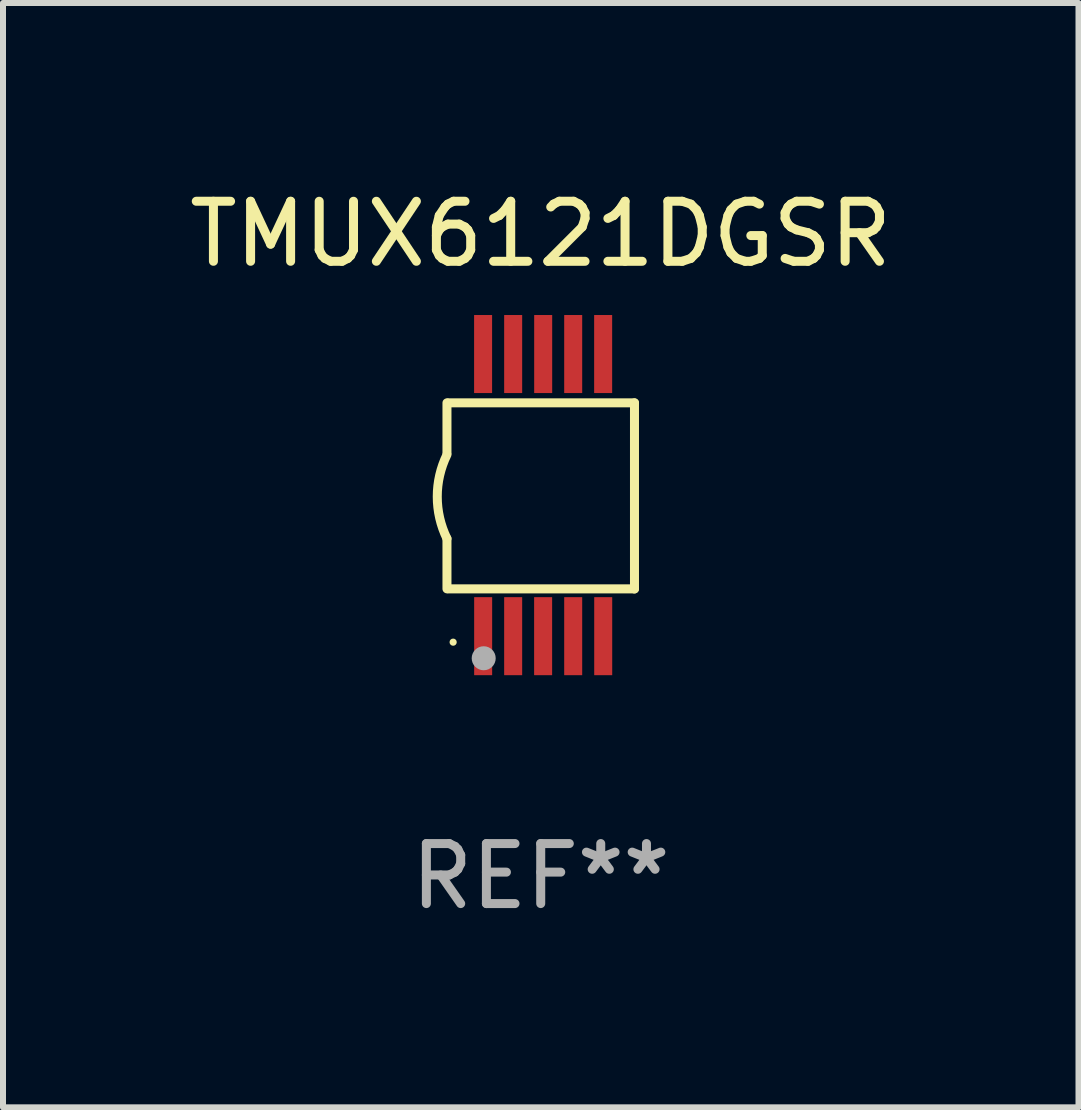
<source format=kicad_pcb>
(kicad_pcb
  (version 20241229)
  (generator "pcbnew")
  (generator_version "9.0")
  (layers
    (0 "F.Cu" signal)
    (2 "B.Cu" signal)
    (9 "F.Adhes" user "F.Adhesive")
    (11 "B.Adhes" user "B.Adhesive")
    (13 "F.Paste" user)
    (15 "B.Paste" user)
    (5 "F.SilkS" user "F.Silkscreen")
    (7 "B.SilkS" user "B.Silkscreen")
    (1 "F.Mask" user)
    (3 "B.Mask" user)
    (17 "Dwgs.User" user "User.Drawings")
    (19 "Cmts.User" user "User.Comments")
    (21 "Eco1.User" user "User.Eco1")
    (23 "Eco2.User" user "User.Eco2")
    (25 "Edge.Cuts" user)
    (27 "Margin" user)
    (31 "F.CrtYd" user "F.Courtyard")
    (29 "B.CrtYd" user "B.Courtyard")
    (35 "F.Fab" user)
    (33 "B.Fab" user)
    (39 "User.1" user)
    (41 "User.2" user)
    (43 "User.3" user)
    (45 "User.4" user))
  (footprint "TMUX6121DGSR"
    (layer "F.Cu")
    (at 5.958 5.198)
    (property "Reference" "TMUX6121DGSR" (at 0 -4.35 0) (layer "F.SilkS") (effects (font (size 1 1) (thickness 0.15))))
    (attr through_hole)
    (fp_line (start -1.562 -1.537) (end -1.562 -0.698) (stroke (width 0.15) (type solid)) (layer "F.SilkS"))
    (fp_line (start -1.562 0.724) (end -1.562 1.562) (stroke (width 0.15) (type solid)) (layer "F.SilkS"))
    (fp_line (start -1.538 -1.537) (end 1.562 -1.537) (stroke (width 0.15) (type solid)) (layer "F.SilkS"))
    (fp_line (start -1.538 1.562) (end 1.562 1.562) (stroke (width 0.15) (type solid)) (layer "F.SilkS"))
    (fp_line (start 1.562 1.564) (end 1.562 -1.537) (stroke (width 0.15) (type solid)) (layer "F.SilkS"))
    (fp_arc (start -1.562103 0.724079) (mid -1.723579 0.025578) (end -1.562103 -0.672924) (stroke (width 0.150013) (type solid)) (layer "F.SilkS"))
    (fp_circle (center -1.459 2.45) (end -1.429 2.45) (stroke (width 0.06) (type solid)) (fill no) (layer "F.SilkS"))
    (fp_circle (center -0.95 2.718) (end -0.85 2.718) (stroke (width 0.2) (type solid)) (fill no) (layer "F.Fab"))
    (fp_text user "REF**" (at 0 6.35 0) (layer "F.Fab") (effects (font (size 1 1) (thickness 0.15))))
    (pad "1" smd rect (at -0.959 2.35) (size 0.3 1.3) (layers "F.Cu" "F.Mask" "F.Paste"))
    (pad "2" smd rect (at -0.459 2.35) (size 0.3 1.3) (layers "F.Cu" "F.Mask" "F.Paste"))
    (pad "3" smd rect (at 0.04 2.35) (size 0.3 1.3) (layers "F.Cu" "F.Mask" "F.Paste"))
    (pad "4" smd rect (at 0.541 2.35) (size 0.3 1.3) (layers "F.Cu" "F.Mask" "F.Paste"))
    (pad "5" smd rect (at 1.041 2.35) (size 0.3 1.3) (layers "F.Cu" "F.Mask" "F.Paste"))
    (pad "6" smd rect (at 1.04 -2.35) (size 0.3 1.3) (layers "F.Cu" "F.Mask" "F.Paste"))
    (pad "7" smd rect (at 0.541 -2.35) (size 0.3 1.3) (layers "F.Cu" "F.Mask" "F.Paste"))
    (pad "8" smd rect (at 0.041 -2.35) (size 0.3 1.3) (layers "F.Cu" "F.Mask" "F.Paste"))
    (pad "9" smd rect (at -0.459 -2.35) (size 0.3 1.3) (layers "F.Cu" "F.Mask" "F.Paste"))
    (pad "10" smd rect (at -0.96 -2.35) (size 0.3 1.3) (layers "F.Cu" "F.Mask" "F.Paste")))
  (gr_rect
    (start -3 -3)
    (end 14.917 15.397)
    (stroke (width 0.1) (type default))
    (fill no)
    (layer "Edge.Cuts")))
</source>
